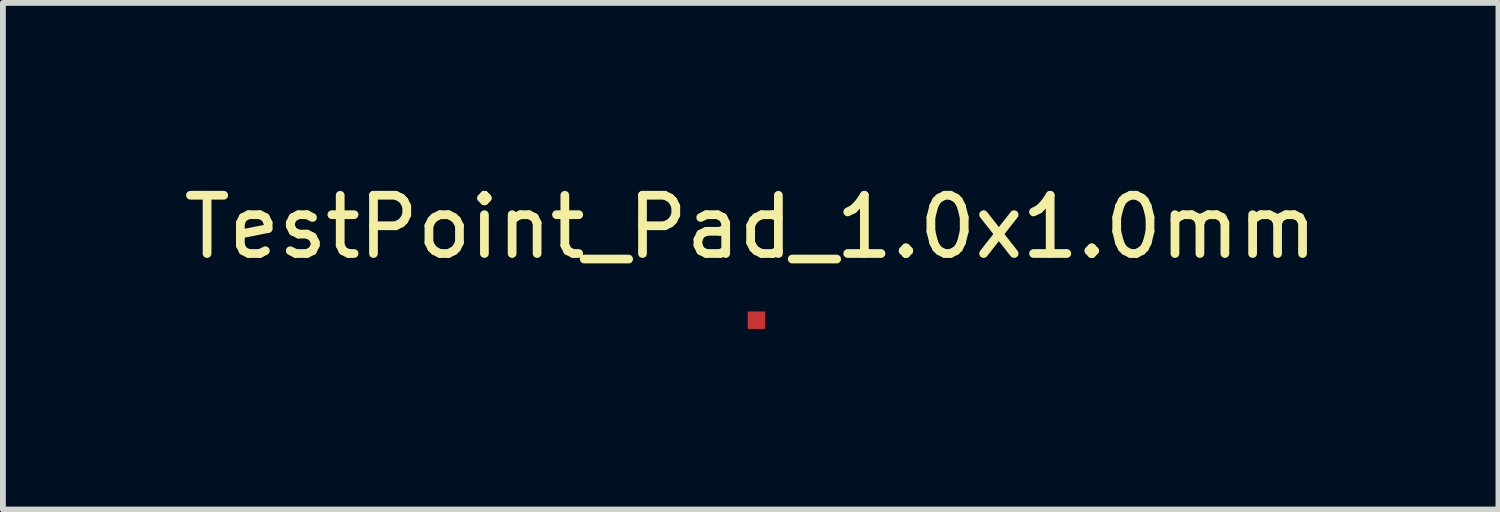
<source format=kicad_pcb>
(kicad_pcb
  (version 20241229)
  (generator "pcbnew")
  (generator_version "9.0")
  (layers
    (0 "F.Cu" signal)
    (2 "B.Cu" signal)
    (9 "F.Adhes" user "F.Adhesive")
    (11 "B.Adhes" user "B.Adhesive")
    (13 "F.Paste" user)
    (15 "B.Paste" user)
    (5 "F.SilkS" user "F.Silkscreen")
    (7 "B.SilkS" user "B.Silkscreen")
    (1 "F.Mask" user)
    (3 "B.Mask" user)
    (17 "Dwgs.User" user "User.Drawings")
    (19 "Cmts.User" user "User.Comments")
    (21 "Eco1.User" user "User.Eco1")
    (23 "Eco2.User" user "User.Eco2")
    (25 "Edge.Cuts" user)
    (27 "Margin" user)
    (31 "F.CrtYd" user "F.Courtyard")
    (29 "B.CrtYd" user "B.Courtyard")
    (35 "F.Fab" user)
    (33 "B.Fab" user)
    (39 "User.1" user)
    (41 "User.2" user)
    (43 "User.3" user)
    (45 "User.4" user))
  (footprint "TestPoint_Pad_1.0x1.0mm"
    (layer "F.Cu")
    (at 9.939 2.448)
    (property "Reference" "TestPoint_Pad_1.0x1.0mm" (at -0.1 -1.6 0) (layer "F.SilkS") (effects (font (size 1 1) (thickness 0.15))))
    (attr exclude_from_pos_files exclude_from_bom)
    (pad "1" smd rect (at 0 0) (size 0.3 0.3) (layers "F.Cu" "F.Mask")))
  (gr_rect
    (start -3 -3)
    (end 22.679 5.698)
    (stroke (width 0.1) (type default))
    (fill no)
    (layer "Edge.Cuts")))
</source>
